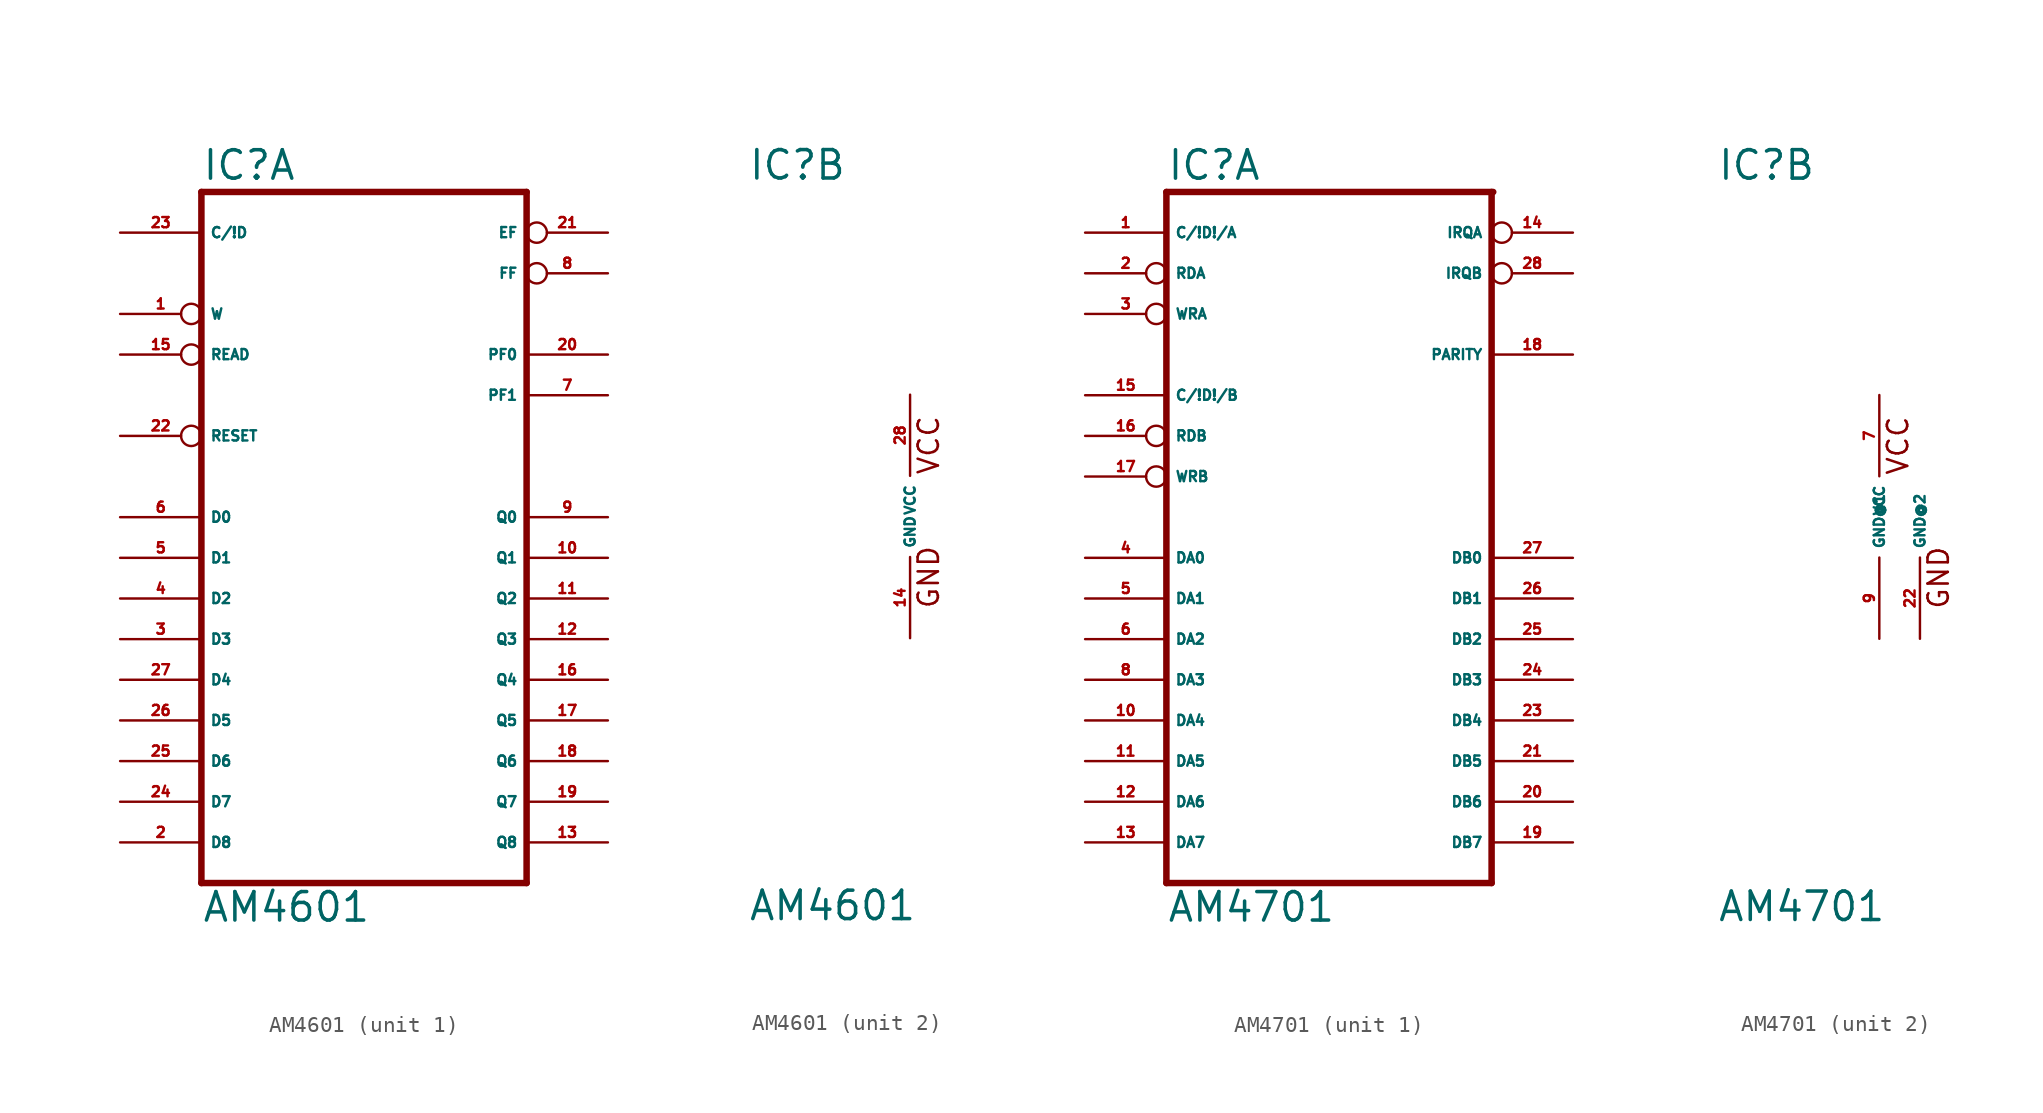
<source format=kicad_sym>
(kicad_symbol_lib
  (version 20220914)
  (generator Eagle2Kicad)
  (symbol "AM4601"
    (property "Reference" "IC"
      (at -10.16 20.955 0)
      (effects (font (size 1.778 1.778) (thickness 0.22)) (justify left bottom)))
    (property "Value" "AM4601"
      (at -10.16 -25.4 0)
      (effects (font (size 1.778 1.778) (thickness 0.22)) (justify left bottom)))
    (symbol "AM4601_1_0"
      (polyline (pts (xy -10.16 -22.86) (xy 10.16 -22.86)) (stroke (width 0.406) (type default)) (fill (type none)))
      (polyline (pts (xy 10.16 20.32) (xy 10.16 -22.86)) (stroke (width 0.406) (type default)) (fill (type none)))
      (polyline (pts (xy 10.16 20.32) (xy -10.16 20.32)) (stroke (width 0.406) (type default)) (fill (type none)))
      (polyline (pts (xy -10.16 -22.86) (xy -10.16 20.32)) (stroke (width 0.406) (type default)) (fill (type none)))
      (pin input line (at -15.24 17.78 0) (length 5.08) (name "C/!D" (effects (font (size 0.635 0.635) (thickness 0.08)) (justify left bottom))) (number "23" (effects (font (size 0.635 0.635) (thickness 0.08)) (justify left bottom))))
      (pin input inverted (at -15.24 12.7 0) (length 5.08) (name "W" (effects (font (size 0.635 0.635) (thickness 0.08)) (justify left bottom))) (number "1" (effects (font (size 0.635 0.635) (thickness 0.08)) (justify left bottom))))
      (pin input inverted (at -15.24 10.16 0) (length 5.08) (name "READ" (effects (font (size 0.635 0.635) (thickness 0.08)) (justify left bottom))) (number "15" (effects (font (size 0.635 0.635) (thickness 0.08)) (justify left bottom))))
      (pin input inverted (at -15.24 5.08 0) (length 5.08) (name "RESET" (effects (font (size 0.635 0.635) (thickness 0.08)) (justify left bottom))) (number "22" (effects (font (size 0.635 0.635) (thickness 0.08)) (justify left bottom))))
      (pin input line (at -15.24 0 0) (length 5.08) (name "D0" (effects (font (size 0.635 0.635) (thickness 0.08)) (justify left bottom))) (number "6" (effects (font (size 0.635 0.635) (thickness 0.08)) (justify left bottom))))
      (pin input line (at -15.24 -2.54 0) (length 5.08) (name "D1" (effects (font (size 0.635 0.635) (thickness 0.08)) (justify left bottom))) (number "5" (effects (font (size 0.635 0.635) (thickness 0.08)) (justify left bottom))))
      (pin input line (at -15.24 -5.08 0) (length 5.08) (name "D2" (effects (font (size 0.635 0.635) (thickness 0.08)) (justify left bottom))) (number "4" (effects (font (size 0.635 0.635) (thickness 0.08)) (justify left bottom))))
      (pin input line (at -15.24 -7.62 0) (length 5.08) (name "D3" (effects (font (size 0.635 0.635) (thickness 0.08)) (justify left bottom))) (number "3" (effects (font (size 0.635 0.635) (thickness 0.08)) (justify left bottom))))
      (pin input line (at -15.24 -10.16 0) (length 5.08) (name "D4" (effects (font (size 0.635 0.635) (thickness 0.08)) (justify left bottom))) (number "27" (effects (font (size 0.635 0.635) (thickness 0.08)) (justify left bottom))))
      (pin input line (at -15.24 -12.7 0) (length 5.08) (name "D5" (effects (font (size 0.635 0.635) (thickness 0.08)) (justify left bottom))) (number "26" (effects (font (size 0.635 0.635) (thickness 0.08)) (justify left bottom))))
      (pin input line (at -15.24 -15.24 0) (length 5.08) (name "D6" (effects (font (size 0.635 0.635) (thickness 0.08)) (justify left bottom))) (number "25" (effects (font (size 0.635 0.635) (thickness 0.08)) (justify left bottom))))
      (pin input line (at -15.24 -17.78 0) (length 5.08) (name "D7" (effects (font (size 0.635 0.635) (thickness 0.08)) (justify left bottom))) (number "24" (effects (font (size 0.635 0.635) (thickness 0.08)) (justify left bottom))))
      (pin input line (at -15.24 -20.32 0) (length 5.08) (name "D8" (effects (font (size 0.635 0.635) (thickness 0.08)) (justify left bottom))) (number "2" (effects (font (size 0.635 0.635) (thickness 0.08)) (justify left bottom))))
      (pin output line (at 15.24 0 180) (length 5.08) (name "Q0" (effects (font (size 0.635 0.635) (thickness 0.08)) (justify left bottom))) (number "9" (effects (font (size 0.635 0.635) (thickness 0.08)) (justify left bottom))))
      (pin output line (at 15.24 -2.54 180) (length 5.08) (name "Q1" (effects (font (size 0.635 0.635) (thickness 0.08)) (justify left bottom))) (number "10" (effects (font (size 0.635 0.635) (thickness 0.08)) (justify left bottom))))
      (pin output line (at 15.24 -5.08 180) (length 5.08) (name "Q2" (effects (font (size 0.635 0.635) (thickness 0.08)) (justify left bottom))) (number "11" (effects (font (size 0.635 0.635) (thickness 0.08)) (justify left bottom))))
      (pin output line (at 15.24 -7.62 180) (length 5.08) (name "Q3" (effects (font (size 0.635 0.635) (thickness 0.08)) (justify left bottom))) (number "12" (effects (font (size 0.635 0.635) (thickness 0.08)) (justify left bottom))))
      (pin output line (at 15.24 -10.16 180) (length 5.08) (name "Q4" (effects (font (size 0.635 0.635) (thickness 0.08)) (justify left bottom))) (number "16" (effects (font (size 0.635 0.635) (thickness 0.08)) (justify left bottom))))
      (pin output line (at 15.24 -12.7 180) (length 5.08) (name "Q5" (effects (font (size 0.635 0.635) (thickness 0.08)) (justify left bottom))) (number "17" (effects (font (size 0.635 0.635) (thickness 0.08)) (justify left bottom))))
      (pin output line (at 15.24 -15.24 180) (length 5.08) (name "Q6" (effects (font (size 0.635 0.635) (thickness 0.08)) (justify left bottom))) (number "18" (effects (font (size 0.635 0.635) (thickness 0.08)) (justify left bottom))))
      (pin output line (at 15.24 -17.78 180) (length 5.08) (name "Q7" (effects (font (size 0.635 0.635) (thickness 0.08)) (justify left bottom))) (number "19" (effects (font (size 0.635 0.635) (thickness 0.08)) (justify left bottom))))
      (pin output line (at 15.24 -20.32 180) (length 5.08) (name "Q8" (effects (font (size 0.635 0.635) (thickness 0.08)) (justify left bottom))) (number "13" (effects (font (size 0.635 0.635) (thickness 0.08)) (justify left bottom))))
      (pin output inverted (at 15.24 17.78 180) (length 5.08) (name "EF" (effects (font (size 0.635 0.635) (thickness 0.08)) (justify left bottom))) (number "21" (effects (font (size 0.635 0.635) (thickness 0.08)) (justify left bottom))))
      (pin output line (at 15.24 7.62 180) (length 5.08) (name "PF1" (effects (font (size 0.635 0.635) (thickness 0.08)) (justify left bottom))) (number "7" (effects (font (size 0.635 0.635) (thickness 0.08)) (justify left bottom))))
      (pin output inverted (at 15.24 15.24 180) (length 5.08) (name "FF" (effects (font (size 0.635 0.635) (thickness 0.08)) (justify left bottom))) (number "8" (effects (font (size 0.635 0.635) (thickness 0.08)) (justify left bottom))))
      (pin output line (at 15.24 10.16 180) (length 5.08) (name "PF0" (effects (font (size 0.635 0.635) (thickness 0.08)) (justify left bottom))) (number "20" (effects (font (size 0.635 0.635) (thickness 0.08)) (justify left bottom)))))
    (symbol "AM4601_2_0"
      (text "GND" (at 1.905 -5.842 900) (effects (font (size 1.27 1.27) (thickness 0.16)) (justify left bottom)))
      (text "VCC" (at 1.905 2.54 900) (effects (font (size 1.27 1.27) (thickness 0.16)) (justify left bottom)))
      (pin unspecified line (at 0 -7.62 90) (length 5.08) (name "GND" (effects (font (size 0.635 0.635) (thickness 0.08)) (justify left bottom))) (number "14" (effects (font (size 0.635 0.635) (thickness 0.08)) (justify left bottom))))
      (pin unspecified line (at 0 7.62 270) (length 5.08) (name "VCC" (effects (font (size 0.635 0.635) (thickness 0.08)) (justify left bottom))) (number "28" (effects (font (size 0.635 0.635) (thickness 0.08)) (justify left bottom))))))
  (symbol "AM4701"
    (property "Reference" "IC"
      (at -10.16 20.955 0)
      (effects (font (size 1.778 1.778) (thickness 0.22)) (justify left bottom)))
    (property "Value" "AM4701"
      (at -10.16 -25.4 0)
      (effects (font (size 1.778 1.778) (thickness 0.22)) (justify left bottom)))
    (symbol "AM4701_1_0"
      (polyline (pts (xy -10.16 -22.86) (xy 10.16 -22.86)) (stroke (width 0.406) (type default)) (fill (type none)))
      (polyline (pts (xy 10.16 20.32) (xy 10.16 -22.86)) (stroke (width 0.406) (type default)) (fill (type none)))
      (polyline (pts (xy -10.16 -22.86) (xy -10.16 20.32)) (stroke (width 0.406) (type default)) (fill (type none)))
      (polyline (pts (xy 10.262 20.32) (xy -10.16 20.32)) (stroke (width 0.406) (type default)) (fill (type none)))
      (pin input line (at -15.24 17.78 0) (length 5.08) (name "C/!D!/A" (effects (font (size 0.635 0.635) (thickness 0.08)) (justify left bottom))) (number "1" (effects (font (size 0.635 0.635) (thickness 0.08)) (justify left bottom))))
      (pin input inverted (at -15.24 15.24 0) (length 5.08) (name "RDA" (effects (font (size 0.635 0.635) (thickness 0.08)) (justify left bottom))) (number "2" (effects (font (size 0.635 0.635) (thickness 0.08)) (justify left bottom))))
      (pin input inverted (at -15.24 12.7 0) (length 5.08) (name "WRA" (effects (font (size 0.635 0.635) (thickness 0.08)) (justify left bottom))) (number "3" (effects (font (size 0.635 0.635) (thickness 0.08)) (justify left bottom))))
      (pin input inverted (at -15.24 2.54 0) (length 5.08) (name "WRB" (effects (font (size 0.635 0.635) (thickness 0.08)) (justify left bottom))) (number "17" (effects (font (size 0.635 0.635) (thickness 0.08)) (justify left bottom))))
      (pin input line (at -15.24 -2.54 0) (length 5.08) (name "DA0" (effects (font (size 0.635 0.635) (thickness 0.08)) (justify left bottom))) (number "4" (effects (font (size 0.635 0.635) (thickness 0.08)) (justify left bottom))))
      (pin input line (at -15.24 -5.08 0) (length 5.08) (name "DA1" (effects (font (size 0.635 0.635) (thickness 0.08)) (justify left bottom))) (number "5" (effects (font (size 0.635 0.635) (thickness 0.08)) (justify left bottom))))
      (pin input line (at -15.24 -7.62 0) (length 5.08) (name "DA2" (effects (font (size 0.635 0.635) (thickness 0.08)) (justify left bottom))) (number "6" (effects (font (size 0.635 0.635) (thickness 0.08)) (justify left bottom))))
      (pin input line (at -15.24 -10.16 0) (length 5.08) (name "DA3" (effects (font (size 0.635 0.635) (thickness 0.08)) (justify left bottom))) (number "8" (effects (font (size 0.635 0.635) (thickness 0.08)) (justify left bottom))))
      (pin input line (at -15.24 -12.7 0) (length 5.08) (name "DA4" (effects (font (size 0.635 0.635) (thickness 0.08)) (justify left bottom))) (number "10" (effects (font (size 0.635 0.635) (thickness 0.08)) (justify left bottom))))
      (pin input line (at -15.24 -15.24 0) (length 5.08) (name "DA5" (effects (font (size 0.635 0.635) (thickness 0.08)) (justify left bottom))) (number "11" (effects (font (size 0.635 0.635) (thickness 0.08)) (justify left bottom))))
      (pin input line (at -15.24 -17.78 0) (length 5.08) (name "DA6" (effects (font (size 0.635 0.635) (thickness 0.08)) (justify left bottom))) (number "12" (effects (font (size 0.635 0.635) (thickness 0.08)) (justify left bottom))))
      (pin input line (at -15.24 -20.32 0) (length 5.08) (name "DA7" (effects (font (size 0.635 0.635) (thickness 0.08)) (justify left bottom))) (number "13" (effects (font (size 0.635 0.635) (thickness 0.08)) (justify left bottom))))
      (pin output line (at 15.24 -2.54 180) (length 5.08) (name "DB0" (effects (font (size 0.635 0.635) (thickness 0.08)) (justify left bottom))) (number "27" (effects (font (size 0.635 0.635) (thickness 0.08)) (justify left bottom))))
      (pin output line (at 15.24 -5.08 180) (length 5.08) (name "DB1" (effects (font (size 0.635 0.635) (thickness 0.08)) (justify left bottom))) (number "26" (effects (font (size 0.635 0.635) (thickness 0.08)) (justify left bottom))))
      (pin output line (at 15.24 -7.62 180) (length 5.08) (name "DB2" (effects (font (size 0.635 0.635) (thickness 0.08)) (justify left bottom))) (number "25" (effects (font (size 0.635 0.635) (thickness 0.08)) (justify left bottom))))
      (pin output line (at 15.24 -10.16 180) (length 5.08) (name "DB3" (effects (font (size 0.635 0.635) (thickness 0.08)) (justify left bottom))) (number "24" (effects (font (size 0.635 0.635) (thickness 0.08)) (justify left bottom))))
      (pin output line (at 15.24 -12.7 180) (length 5.08) (name "DB4" (effects (font (size 0.635 0.635) (thickness 0.08)) (justify left bottom))) (number "23" (effects (font (size 0.635 0.635) (thickness 0.08)) (justify left bottom))))
      (pin output line (at 15.24 -15.24 180) (length 5.08) (name "DB5" (effects (font (size 0.635 0.635) (thickness 0.08)) (justify left bottom))) (number "21" (effects (font (size 0.635 0.635) (thickness 0.08)) (justify left bottom))))
      (pin output line (at 15.24 -17.78 180) (length 5.08) (name "DB6" (effects (font (size 0.635 0.635) (thickness 0.08)) (justify left bottom))) (number "20" (effects (font (size 0.635 0.635) (thickness 0.08)) (justify left bottom))))
      (pin output line (at 15.24 -20.32 180) (length 5.08) (name "DB7" (effects (font (size 0.635 0.635) (thickness 0.08)) (justify left bottom))) (number "19" (effects (font (size 0.635 0.635) (thickness 0.08)) (justify left bottom))))
      (pin output inverted (at 15.24 17.78 180) (length 5.08) (name "IRQA" (effects (font (size 0.635 0.635) (thickness 0.08)) (justify left bottom))) (number "14" (effects (font (size 0.635 0.635) (thickness 0.08)) (justify left bottom))))
      (pin output inverted (at 15.24 15.24 180) (length 5.08) (name "IRQB" (effects (font (size 0.635 0.635) (thickness 0.08)) (justify left bottom))) (number "28" (effects (font (size 0.635 0.635) (thickness 0.08)) (justify left bottom))))
      (pin bidirectional line (at 15.24 10.16 180) (length 5.08) (name "PARITY" (effects (font (size 0.635 0.635) (thickness 0.08)) (justify left bottom))) (number "18" (effects (font (size 0.635 0.635) (thickness 0.08)) (justify left bottom))))
      (pin input inverted (at -15.24 5.08 0) (length 5.08) (name "RDB" (effects (font (size 0.635 0.635) (thickness 0.08)) (justify left bottom))) (number "16" (effects (font (size 0.635 0.635) (thickness 0.08)) (justify left bottom))))
      (pin input line (at -15.24 7.62 0) (length 5.08) (name "C/!D!/B" (effects (font (size 0.635 0.635) (thickness 0.08)) (justify left bottom))) (number "15" (effects (font (size 0.635 0.635) (thickness 0.08)) (justify left bottom)))))
    (symbol "AM4701_2_0"
      (text "VCC" (at 1.905 2.54 900) (effects (font (size 1.27 1.27) (thickness 0.16)) (justify left bottom)))
      (text "GND" (at 4.445 -5.842 900) (effects (font (size 1.27 1.27) (thickness 0.16)) (justify left bottom)))
      (pin unspecified line (at 0 7.62 270) (length 5.08) (name "VCC" (effects (font (size 0.635 0.635) (thickness 0.08)) (justify left bottom))) (number "7" (effects (font (size 0.635 0.635) (thickness 0.08)) (justify left bottom))))
      (pin unspecified line (at 2.54 -7.62 90) (length 5.08) (name "GND@2" (effects (font (size 0.635 0.635) (thickness 0.08)) (justify left bottom))) (number "22" (effects (font (size 0.635 0.635) (thickness 0.08)) (justify left bottom))))
      (pin unspecified line (at 0 -7.62 90) (length 5.08) (name "GND@1" (effects (font (size 0.635 0.635) (thickness 0.08)) (justify left bottom))) (number "9" (effects (font (size 0.635 0.635) (thickness 0.08)) (justify left bottom)))))))
</source>
